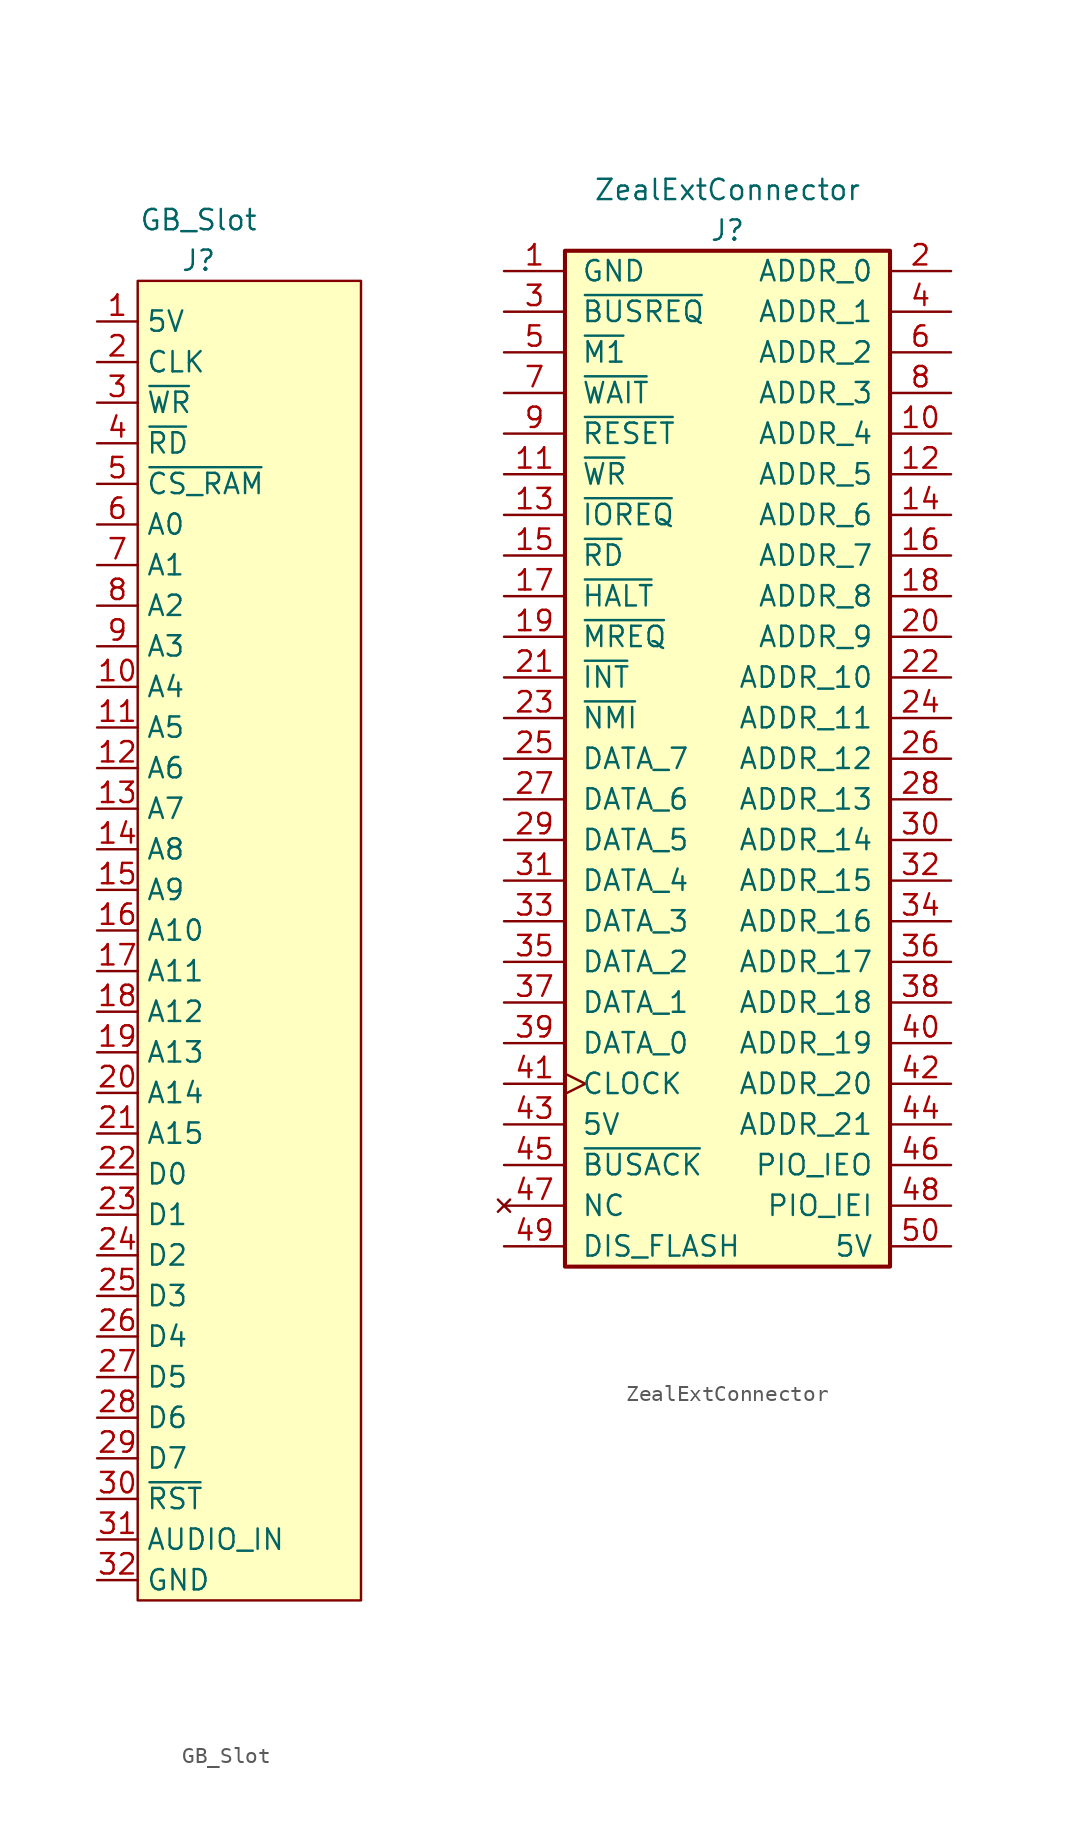
<source format=kicad_sym>
(kicad_symbol_lib
  (version 20211014)
  (generator kicad_symbol_editor)
  (symbol "GB_Slot"
    (property "Reference" "J"
      (at -2.54 40.64 0)
      (effects (font (size 1.27 1.27))))
    (property "Value" "GB_Slot"
      (at -2.54 43.18 0)
      (effects (font (size 1.27 1.27))))
    (symbol "GB_Slot_0_1"
      (rectangle (start -6.35 39.37) (end 7.62 -43.18) (stroke (width 0) (type default) (color 0 0 0 0)) (fill (type background))))
    (symbol "GB_Slot_1_1"
      (pin power_in line (at -8.89 36.83 0) (length 2.54) (name "5V" (effects (font (size 1.27 1.27)))) (number "1" (effects (font (size 1.27 1.27)))))
      (pin input line (at -8.89 13.97 0) (length 2.54) (name "A4" (effects (font (size 1.27 1.27)))) (number "10" (effects (font (size 1.27 1.27)))))
      (pin input line (at -8.89 11.43 0) (length 2.54) (name "A5" (effects (font (size 1.27 1.27)))) (number "11" (effects (font (size 1.27 1.27)))))
      (pin input line (at -8.89 8.89 0) (length 2.54) (name "A6" (effects (font (size 1.27 1.27)))) (number "12" (effects (font (size 1.27 1.27)))))
      (pin input line (at -8.89 6.35 0) (length 2.54) (name "A7" (effects (font (size 1.27 1.27)))) (number "13" (effects (font (size 1.27 1.27)))))
      (pin input line (at -8.89 3.81 0) (length 2.54) (name "A8" (effects (font (size 1.27 1.27)))) (number "14" (effects (font (size 1.27 1.27)))))
      (pin input line (at -8.89 1.27 0) (length 2.54) (name "A9" (effects (font (size 1.27 1.27)))) (number "15" (effects (font (size 1.27 1.27)))))
      (pin input line (at -8.89 -1.27 0) (length 2.54) (name "A10" (effects (font (size 1.27 1.27)))) (number "16" (effects (font (size 1.27 1.27)))))
      (pin input line (at -8.89 -3.81 0) (length 2.54) (name "A11" (effects (font (size 1.27 1.27)))) (number "17" (effects (font (size 1.27 1.27)))))
      (pin input line (at -8.89 -6.35 0) (length 2.54) (name "A12" (effects (font (size 1.27 1.27)))) (number "18" (effects (font (size 1.27 1.27)))))
      (pin input line (at -8.89 -8.89 0) (length 2.54) (name "A13" (effects (font (size 1.27 1.27)))) (number "19" (effects (font (size 1.27 1.27)))))
      (pin input line (at -8.89 34.29 0) (length 2.54) (name "CLK" (effects (font (size 1.27 1.27)))) (number "2" (effects (font (size 1.27 1.27)))))
      (pin input line (at -8.89 -11.43 0) (length 2.54) (name "A14" (effects (font (size 1.27 1.27)))) (number "20" (effects (font (size 1.27 1.27)))))
      (pin input line (at -8.89 -13.97 0) (length 2.54) (name "A15" (effects (font (size 1.27 1.27)))) (number "21" (effects (font (size 1.27 1.27)))))
      (pin bidirectional line (at -8.89 -16.51 0) (length 2.54) (name "D0" (effects (font (size 1.27 1.27)))) (number "22" (effects (font (size 1.27 1.27)))))
      (pin bidirectional line (at -8.89 -19.05 0) (length 2.54) (name "D1" (effects (font (size 1.27 1.27)))) (number "23" (effects (font (size 1.27 1.27)))))
      (pin bidirectional line (at -8.89 -21.59 0) (length 2.54) (name "D2" (effects (font (size 1.27 1.27)))) (number "24" (effects (font (size 1.27 1.27)))))
      (pin bidirectional line (at -8.89 -24.13 0) (length 2.54) (name "D3" (effects (font (size 1.27 1.27)))) (number "25" (effects (font (size 1.27 1.27)))))
      (pin bidirectional line (at -8.89 -26.67 0) (length 2.54) (name "D4" (effects (font (size 1.27 1.27)))) (number "26" (effects (font (size 1.27 1.27)))))
      (pin bidirectional line (at -8.89 -29.21 0) (length 2.54) (name "D5" (effects (font (size 1.27 1.27)))) (number "27" (effects (font (size 1.27 1.27)))))
      (pin bidirectional line (at -8.89 -31.75 0) (length 2.54) (name "D6" (effects (font (size 1.27 1.27)))) (number "28" (effects (font (size 1.27 1.27)))))
      (pin bidirectional line (at -8.89 -34.29 0) (length 2.54) (name "D7" (effects (font (size 1.27 1.27)))) (number "29" (effects (font (size 1.27 1.27)))))
      (pin input line (at -8.89 31.75 0) (length 2.54) (name "~{WR}" (effects (font (size 1.27 1.27)))) (number "3" (effects (font (size 1.27 1.27)))))
      (pin input line (at -8.89 -36.83 0) (length 2.54) (name "~{RST}" (effects (font (size 1.27 1.27)))) (number "30" (effects (font (size 1.27 1.27)))))
      (pin bidirectional line (at -8.89 -39.37 0) (length 2.54) (name "AUDIO_IN" (effects (font (size 1.27 1.27)))) (number "31" (effects (font (size 1.27 1.27)))))
      (pin power_in line (at -8.89 -41.91 0) (length 2.54) (name "GND" (effects (font (size 1.27 1.27)))) (number "32" (effects (font (size 1.27 1.27)))))
      (pin input line (at -8.89 29.21 0) (length 2.54) (name "~{RD}" (effects (font (size 1.27 1.27)))) (number "4" (effects (font (size 1.27 1.27)))))
      (pin input line (at -8.89 26.67 0) (length 2.54) (name "~{CS_RAM}" (effects (font (size 1.27 1.27)))) (number "5" (effects (font (size 1.27 1.27)))))
      (pin input line (at -8.89 24.13 0) (length 2.54) (name "A0" (effects (font (size 1.27 1.27)))) (number "6" (effects (font (size 1.27 1.27)))))
      (pin input line (at -8.89 21.59 0) (length 2.54) (name "A1" (effects (font (size 1.27 1.27)))) (number "7" (effects (font (size 1.27 1.27)))))
      (pin input line (at -8.89 19.05 0) (length 2.54) (name "A2" (effects (font (size 1.27 1.27)))) (number "8" (effects (font (size 1.27 1.27)))))
      (pin input line (at -8.89 16.51 0) (length 2.54) (name "A3" (effects (font (size 1.27 1.27)))) (number "9" (effects (font (size 1.27 1.27)))))))
  (symbol "ZealExtConnector"
    (pin_names
      (offset 1.016))
    (property "Reference" "J"
      (at 0 33.02 0)
      (effects (font (size 1.27 1.27))))
    (property "Value" "ZealExtConnector"
      (at 0 35.56 0)
      (effects (font (size 1.27 1.27))))
    (symbol "ZealExtConnector_1_1"
      (rectangle (start -10.16 31.75) (end 10.16 -31.75) (stroke (width 0.254) (type default) (color 0 0 0 0)) (fill (type background)))
      (pin power_out line (at -13.97 30.48 0) (length 3.81) (name "GND" (effects (font (size 1.27 1.27)))) (number "1" (effects (font (size 1.27 1.27)))))
      (pin bidirectional line (at 13.97 20.32 180) (length 3.81) (name "ADDR_4" (effects (font (size 1.27 1.27)))) (number "10" (effects (font (size 1.27 1.27)))))
      (pin output line (at -13.97 17.78 0) (length 3.81) (name "~{WR}" (effects (font (size 1.27 1.27)))) (number "11" (effects (font (size 1.27 1.27)))))
      (pin bidirectional line (at 13.97 17.78 180) (length 3.81) (name "ADDR_5" (effects (font (size 1.27 1.27)))) (number "12" (effects (font (size 1.27 1.27)))))
      (pin output line (at -13.97 15.24 0) (length 3.81) (name "~{IOREQ}" (effects (font (size 1.27 1.27)))) (number "13" (effects (font (size 1.27 1.27)))))
      (pin bidirectional line (at 13.97 15.24 180) (length 3.81) (name "ADDR_6" (effects (font (size 1.27 1.27)))) (number "14" (effects (font (size 1.27 1.27)))))
      (pin output line (at -13.97 12.7 0) (length 3.81) (name "~{RD}" (effects (font (size 1.27 1.27)))) (number "15" (effects (font (size 1.27 1.27)))))
      (pin bidirectional line (at 13.97 12.7 180) (length 3.81) (name "ADDR_7" (effects (font (size 1.27 1.27)))) (number "16" (effects (font (size 1.27 1.27)))))
      (pin output line (at -13.97 10.16 0) (length 3.81) (name "~{HALT}" (effects (font (size 1.27 1.27)))) (number "17" (effects (font (size 1.27 1.27)))))
      (pin bidirectional line (at 13.97 10.16 180) (length 3.81) (name "ADDR_8" (effects (font (size 1.27 1.27)))) (number "18" (effects (font (size 1.27 1.27)))))
      (pin output line (at -13.97 7.62 0) (length 3.81) (name "~{MREQ}" (effects (font (size 1.27 1.27)))) (number "19" (effects (font (size 1.27 1.27)))))
      (pin bidirectional line (at 13.97 30.48 180) (length 3.81) (name "ADDR_0" (effects (font (size 1.27 1.27)))) (number "2" (effects (font (size 1.27 1.27)))))
      (pin bidirectional line (at 13.97 7.62 180) (length 3.81) (name "ADDR_9" (effects (font (size 1.27 1.27)))) (number "20" (effects (font (size 1.27 1.27)))))
      (pin open_collector line (at -13.97 5.08 0) (length 3.81) (name "~{INT}" (effects (font (size 1.27 1.27)))) (number "21" (effects (font (size 1.27 1.27)))))
      (pin bidirectional line (at 13.97 5.08 180) (length 3.81) (name "ADDR_10" (effects (font (size 1.27 1.27)))) (number "22" (effects (font (size 1.27 1.27)))))
      (pin open_collector line (at -13.97 2.54 0) (length 3.81) (name "~{NMI}" (effects (font (size 1.27 1.27)))) (number "23" (effects (font (size 1.27 1.27)))))
      (pin bidirectional line (at 13.97 2.54 180) (length 3.81) (name "ADDR_11" (effects (font (size 1.27 1.27)))) (number "24" (effects (font (size 1.27 1.27)))))
      (pin bidirectional line (at -13.97 0 0) (length 3.81) (name "DATA_7" (effects (font (size 1.27 1.27)))) (number "25" (effects (font (size 1.27 1.27)))))
      (pin bidirectional line (at 13.97 0 180) (length 3.81) (name "ADDR_12" (effects (font (size 1.27 1.27)))) (number "26" (effects (font (size 1.27 1.27)))))
      (pin bidirectional line (at -13.97 -2.54 0) (length 3.81) (name "DATA_6" (effects (font (size 1.27 1.27)))) (number "27" (effects (font (size 1.27 1.27)))))
      (pin bidirectional line (at 13.97 -2.54 180) (length 3.81) (name "ADDR_13" (effects (font (size 1.27 1.27)))) (number "28" (effects (font (size 1.27 1.27)))))
      (pin bidirectional line (at -13.97 -5.08 0) (length 3.81) (name "DATA_5" (effects (font (size 1.27 1.27)))) (number "29" (effects (font (size 1.27 1.27)))))
      (pin passive line (at -13.97 27.94 0) (length 3.81) (name "~{BUSREQ}" (effects (font (size 1.27 1.27)))) (number "3" (effects (font (size 1.27 1.27)))))
      (pin bidirectional line (at 13.97 -5.08 180) (length 3.81) (name "ADDR_14" (effects (font (size 1.27 1.27)))) (number "30" (effects (font (size 1.27 1.27)))))
      (pin bidirectional line (at -13.97 -7.62 0) (length 3.81) (name "DATA_4" (effects (font (size 1.27 1.27)))) (number "31" (effects (font (size 1.27 1.27)))))
      (pin bidirectional line (at 13.97 -7.62 180) (length 3.81) (name "ADDR_15" (effects (font (size 1.27 1.27)))) (number "32" (effects (font (size 1.27 1.27)))))
      (pin bidirectional line (at -13.97 -10.16 0) (length 3.81) (name "DATA_3" (effects (font (size 1.27 1.27)))) (number "33" (effects (font (size 1.27 1.27)))))
      (pin bidirectional line (at 13.97 -10.16 180) (length 3.81) (name "ADDR_16" (effects (font (size 1.27 1.27)))) (number "34" (effects (font (size 1.27 1.27)))))
      (pin bidirectional line (at -13.97 -12.7 0) (length 3.81) (name "DATA_2" (effects (font (size 1.27 1.27)))) (number "35" (effects (font (size 1.27 1.27)))))
      (pin bidirectional line (at 13.97 -12.7 180) (length 3.81) (name "ADDR_17" (effects (font (size 1.27 1.27)))) (number "36" (effects (font (size 1.27 1.27)))))
      (pin bidirectional line (at -13.97 -15.24 0) (length 3.81) (name "DATA_1" (effects (font (size 1.27 1.27)))) (number "37" (effects (font (size 1.27 1.27)))))
      (pin bidirectional line (at 13.97 -15.24 180) (length 3.81) (name "ADDR_18" (effects (font (size 1.27 1.27)))) (number "38" (effects (font (size 1.27 1.27)))))
      (pin bidirectional line (at -13.97 -17.78 0) (length 3.81) (name "DATA_0" (effects (font (size 1.27 1.27)))) (number "39" (effects (font (size 1.27 1.27)))))
      (pin bidirectional line (at 13.97 27.94 180) (length 3.81) (name "ADDR_1" (effects (font (size 1.27 1.27)))) (number "4" (effects (font (size 1.27 1.27)))))
      (pin bidirectional line (at 13.97 -17.78 180) (length 3.81) (name "ADDR_19" (effects (font (size 1.27 1.27)))) (number "40" (effects (font (size 1.27 1.27)))))
      (pin output clock (at -13.97 -20.32 0) (length 3.81) (name "CLOCK" (effects (font (size 1.27 1.27)))) (number "41" (effects (font (size 1.27 1.27)))))
      (pin bidirectional line (at 13.97 -20.32 180) (length 3.81) (name "ADDR_20" (effects (font (size 1.27 1.27)))) (number "42" (effects (font (size 1.27 1.27)))))
      (pin power_out line (at -13.97 -22.86 0) (length 3.81) (name "5V" (effects (font (size 1.27 1.27)))) (number "43" (effects (font (size 1.27 1.27)))))
      (pin bidirectional line (at 13.97 -22.86 180) (length 3.81) (name "ADDR_21" (effects (font (size 1.27 1.27)))) (number "44" (effects (font (size 1.27 1.27)))))
      (pin passive line (at -13.97 -25.4 0) (length 3.81) (name "~{BUSACK}" (effects (font (size 1.27 1.27)))) (number "45" (effects (font (size 1.27 1.27)))))
      (pin output line (at 13.97 -25.4 180) (length 3.81) (name "PIO_IEO" (effects (font (size 1.27 1.27)))) (number "46" (effects (font (size 1.27 1.27)))))
      (pin no_connect line (at -13.97 -27.94 0) (length 3.81) (name "NC" (effects (font (size 1.27 1.27)))) (number "47" (effects (font (size 1.27 1.27)))))
      (pin input line (at 13.97 -27.94 180) (length 3.81) (name "PIO_IEI" (effects (font (size 1.27 1.27)))) (number "48" (effects (font (size 1.27 1.27)))))
      (pin input line (at -13.97 -30.48 0) (length 3.81) (name "DIS_FLASH" (effects (font (size 1.27 1.27)))) (number "49" (effects (font (size 1.27 1.27)))))
      (pin output line (at -13.97 25.4 0) (length 3.81) (name "~{M1}" (effects (font (size 1.27 1.27)))) (number "5" (effects (font (size 1.27 1.27)))))
      (pin power_out line (at 13.97 -30.48 180) (length 3.81) (name "5V" (effects (font (size 1.27 1.27)))) (number "50" (effects (font (size 1.27 1.27)))))
      (pin bidirectional line (at 13.97 25.4 180) (length 3.81) (name "ADDR_2" (effects (font (size 1.27 1.27)))) (number "6" (effects (font (size 1.27 1.27)))))
      (pin input line (at -13.97 22.86 0) (length 3.81) (name "~{WAIT}" (effects (font (size 1.27 1.27)))) (number "7" (effects (font (size 1.27 1.27)))))
      (pin bidirectional line (at 13.97 22.86 180) (length 3.81) (name "ADDR_3" (effects (font (size 1.27 1.27)))) (number "8" (effects (font (size 1.27 1.27)))))
      (pin bidirectional line (at -13.97 20.32 0) (length 3.81) (name "~{RESET}" (effects (font (size 1.27 1.27)))) (number "9" (effects (font (size 1.27 1.27))))))))
</source>
